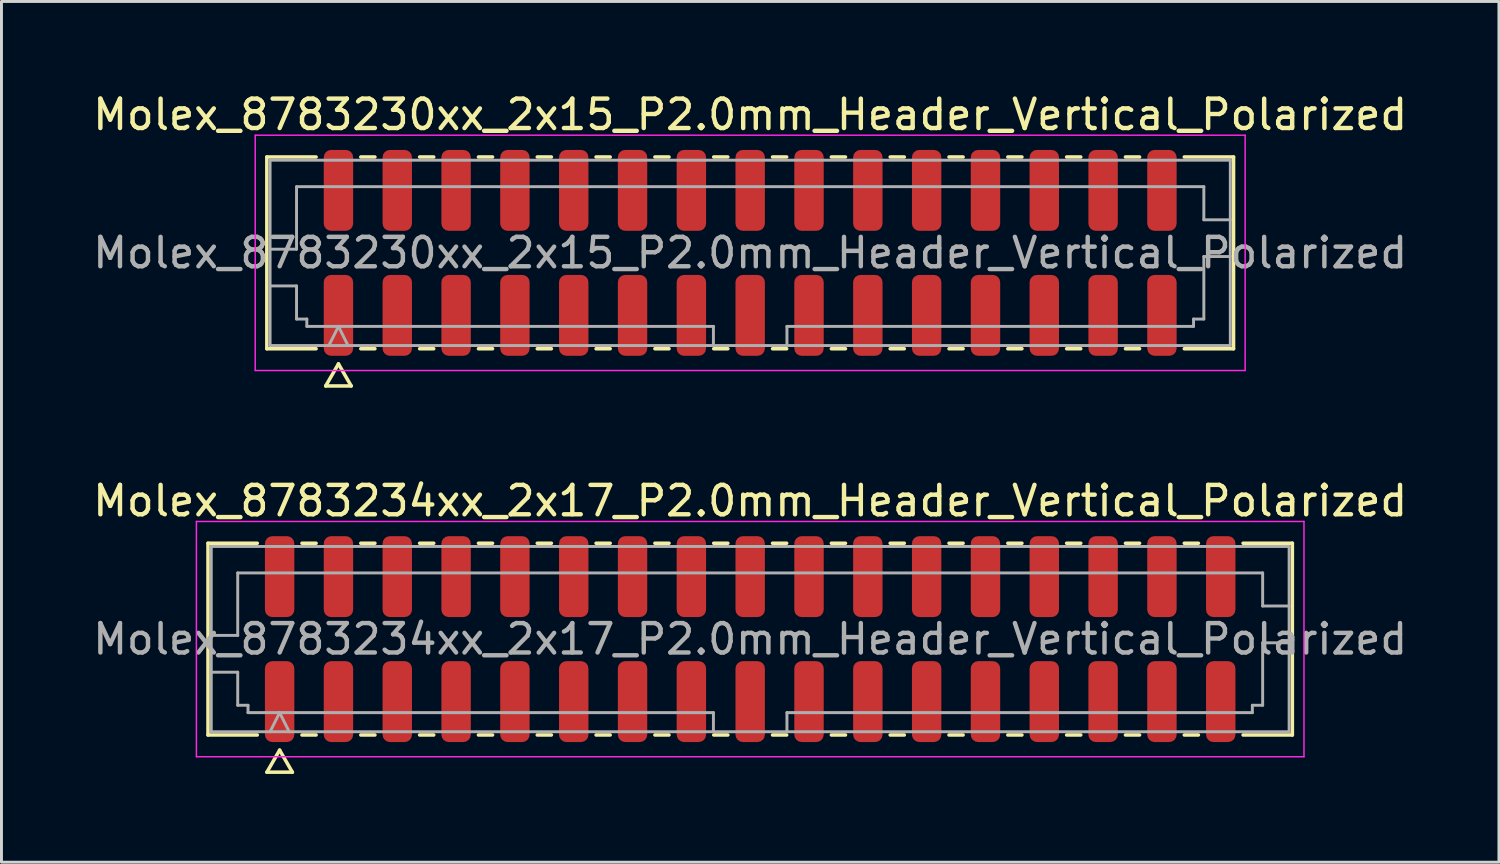
<source format=kicad_pcb>
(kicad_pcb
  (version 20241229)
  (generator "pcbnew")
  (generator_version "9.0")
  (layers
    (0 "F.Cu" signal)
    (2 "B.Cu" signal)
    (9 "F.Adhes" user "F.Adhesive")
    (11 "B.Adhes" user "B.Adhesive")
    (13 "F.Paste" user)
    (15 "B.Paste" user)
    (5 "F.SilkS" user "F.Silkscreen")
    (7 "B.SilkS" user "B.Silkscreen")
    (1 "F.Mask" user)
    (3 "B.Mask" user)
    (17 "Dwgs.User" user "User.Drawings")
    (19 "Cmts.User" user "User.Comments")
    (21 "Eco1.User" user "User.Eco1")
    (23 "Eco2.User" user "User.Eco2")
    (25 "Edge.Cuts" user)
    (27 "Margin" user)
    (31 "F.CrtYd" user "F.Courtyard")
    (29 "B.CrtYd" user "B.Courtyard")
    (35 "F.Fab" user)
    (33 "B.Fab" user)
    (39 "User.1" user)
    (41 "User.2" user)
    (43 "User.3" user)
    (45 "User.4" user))
  (footprint "Molex_8783234xx_2x17_P2.0mm_Header_Vertical_Polarized"
    (layer "F.Cu")
    (at 22.458 18.681)
    (property "Reference" "Molex_8783234xx_2x17_P2.0mm_Header_Vertical_Polarized" (at 0 -4.7 0) (layer "F.SilkS") (effects (font (size 1 1) (thickness 0.15))))
    (attr smd)
    (fp_line (start -18.435 -3.26) (end -16.76 -3.26) (stroke (width 0.12) (type solid)) (layer "F.SilkS"))
    (fp_line (start -18.435 3.26) (end -18.435 -3.26) (stroke (width 0.12) (type solid)) (layer "F.SilkS"))
    (fp_line (start -16.76 3.26) (end -18.435 3.26) (stroke (width 0.12) (type solid)) (layer "F.SilkS"))
    (fp_line (start -16.433 4.525) (end -16 3.775) (stroke (width 0.12) (type solid)) (layer "F.SilkS"))
    (fp_line (start -16 3.775) (end -15.567 4.525) (stroke (width 0.12) (type solid)) (layer "F.SilkS"))
    (fp_line (start -15.567 4.525) (end -16.433 4.525) (stroke (width 0.12) (type solid)) (layer "F.SilkS"))
    (fp_line (start -15.24 -3.26) (end -14.76 -3.26) (stroke (width 0.12) (type solid)) (layer "F.SilkS"))
    (fp_line (start -14.76 3.26) (end -15.24 3.26) (stroke (width 0.12) (type solid)) (layer "F.SilkS"))
    (fp_line (start -13.24 -3.26) (end -12.76 -3.26) (stroke (width 0.12) (type solid)) (layer "F.SilkS"))
    (fp_line (start -12.76 3.26) (end -13.24 3.26) (stroke (width 0.12) (type solid)) (layer "F.SilkS"))
    (fp_line (start -11.24 -3.26) (end -10.76 -3.26) (stroke (width 0.12) (type solid)) (layer "F.SilkS"))
    (fp_line (start -10.76 3.26) (end -11.24 3.26) (stroke (width 0.12) (type solid)) (layer "F.SilkS"))
    (fp_line (start -9.24 -3.26) (end -8.76 -3.26) (stroke (width 0.12) (type solid)) (layer "F.SilkS"))
    (fp_line (start -8.76 3.26) (end -9.24 3.26) (stroke (width 0.12) (type solid)) (layer "F.SilkS"))
    (fp_line (start -7.24 -3.26) (end -6.76 -3.26) (stroke (width 0.12) (type solid)) (layer "F.SilkS"))
    (fp_line (start -6.76 3.26) (end -7.24 3.26) (stroke (width 0.12) (type solid)) (layer "F.SilkS"))
    (fp_line (start -5.24 -3.26) (end -4.76 -3.26) (stroke (width 0.12) (type solid)) (layer "F.SilkS"))
    (fp_line (start -4.76 3.26) (end -5.24 3.26) (stroke (width 0.12) (type solid)) (layer "F.SilkS"))
    (fp_line (start -3.24 -3.26) (end -2.76 -3.26) (stroke (width 0.12) (type solid)) (layer "F.SilkS"))
    (fp_line (start -2.76 3.26) (end -3.24 3.26) (stroke (width 0.12) (type solid)) (layer "F.SilkS"))
    (fp_line (start -1.24 -3.26) (end -0.76 -3.26) (stroke (width 0.12) (type solid)) (layer "F.SilkS"))
    (fp_line (start -0.76 3.26) (end -1.24 3.26) (stroke (width 0.12) (type solid)) (layer "F.SilkS"))
    (fp_line (start 0.76 -3.26) (end 1.24 -3.26) (stroke (width 0.12) (type solid)) (layer "F.SilkS"))
    (fp_line (start 1.24 3.26) (end 0.76 3.26) (stroke (width 0.12) (type solid)) (layer "F.SilkS"))
    (fp_line (start 2.76 -3.26) (end 3.24 -3.26) (stroke (width 0.12) (type solid)) (layer "F.SilkS"))
    (fp_line (start 3.24 3.26) (end 2.76 3.26) (stroke (width 0.12) (type solid)) (layer "F.SilkS"))
    (fp_line (start 4.76 -3.26) (end 5.24 -3.26) (stroke (width 0.12) (type solid)) (layer "F.SilkS"))
    (fp_line (start 5.24 3.26) (end 4.76 3.26) (stroke (width 0.12) (type solid)) (layer "F.SilkS"))
    (fp_line (start 6.76 -3.26) (end 7.24 -3.26) (stroke (width 0.12) (type solid)) (layer "F.SilkS"))
    (fp_line (start 7.24 3.26) (end 6.76 3.26) (stroke (width 0.12) (type solid)) (layer "F.SilkS"))
    (fp_line (start 8.76 -3.26) (end 9.24 -3.26) (stroke (width 0.12) (type solid)) (layer "F.SilkS"))
    (fp_line (start 9.24 3.26) (end 8.76 3.26) (stroke (width 0.12) (type solid)) (layer "F.SilkS"))
    (fp_line (start 10.76 -3.26) (end 11.24 -3.26) (stroke (width 0.12) (type solid)) (layer "F.SilkS"))
    (fp_line (start 11.24 3.26) (end 10.76 3.26) (stroke (width 0.12) (type solid)) (layer "F.SilkS"))
    (fp_line (start 12.76 -3.26) (end 13.24 -3.26) (stroke (width 0.12) (type solid)) (layer "F.SilkS"))
    (fp_line (start 13.24 3.26) (end 12.76 3.26) (stroke (width 0.12) (type solid)) (layer "F.SilkS"))
    (fp_line (start 14.76 -3.26) (end 15.24 -3.26) (stroke (width 0.12) (type solid)) (layer "F.SilkS"))
    (fp_line (start 15.24 3.26) (end 14.76 3.26) (stroke (width 0.12) (type solid)) (layer "F.SilkS"))
    (fp_line (start 16.76 -3.26) (end 18.435 -3.26) (stroke (width 0.12) (type solid)) (layer "F.SilkS"))
    (fp_line (start 18.435 -3.26) (end 18.435 3.26) (stroke (width 0.12) (type solid)) (layer "F.SilkS"))
    (fp_line (start 18.435 3.26) (end 16.76 3.26) (stroke (width 0.12) (type solid)) (layer "F.SilkS"))
    (fp_line (start -18.83 -4) (end -18.83 4) (stroke (width 0.05) (type solid)) (layer "F.CrtYd"))
    (fp_line (start -18.83 4) (end 18.83 4) (stroke (width 0.05) (type solid)) (layer "F.CrtYd"))
    (fp_line (start 18.83 -4) (end -18.83 -4) (stroke (width 0.05) (type solid)) (layer "F.CrtYd"))
    (fp_line (start 18.83 4) (end 18.83 -4) (stroke (width 0.05) (type solid)) (layer "F.CrtYd"))
    (fp_line (start -18.325 -3.15) (end 18.325 -3.15) (stroke (width 0.1) (type solid)) (layer "F.Fab"))
    (fp_line (start -18.325 -0.125) (end -17.425 -0.125) (stroke (width 0.1) (type solid)) (layer "F.Fab"))
    (fp_line (start -18.325 1.125) (end -17.425 1.125) (stroke (width 0.1) (type solid)) (layer "F.Fab"))
    (fp_line (start -18.325 3.15) (end -18.325 -3.15) (stroke (width 0.1) (type solid)) (layer "F.Fab"))
    (fp_line (start -17.425 -2.25) (end 17.425 -2.25) (stroke (width 0.1) (type solid)) (layer "F.Fab"))
    (fp_line (start -17.425 -0.125) (end -17.425 -2.25) (stroke (width 0.1) (type solid)) (layer "F.Fab"))
    (fp_line (start -17.425 1.125) (end -17.425 2.25) (stroke (width 0.1) (type solid)) (layer "F.Fab"))
    (fp_line (start -17.425 2.25) (end -17.075 2.25) (stroke (width 0.1) (type solid)) (layer "F.Fab"))
    (fp_line (start -17.075 2.25) (end -17.075 2.5) (stroke (width 0.1) (type solid)) (layer "F.Fab"))
    (fp_line (start -17.075 2.5) (end -1.25 2.5) (stroke (width 0.1) (type solid)) (layer "F.Fab"))
    (fp_line (start -16.325 3.15) (end -16 2.5) (stroke (width 0.1) (type solid)) (layer "F.Fab"))
    (fp_line (start -16 2.5) (end -15.675 3.15) (stroke (width 0.1) (type solid)) (layer "F.Fab"))
    (fp_line (start -1.25 2.5) (end -1.25 3.15) (stroke (width 0.1) (type solid)) (layer "F.Fab"))
    (fp_line (start 1.25 2.5) (end 1.25 3.15) (stroke (width 0.1) (type solid)) (layer "F.Fab"))
    (fp_line (start 1.25 2.5) (end 17.075 2.5) (stroke (width 0.1) (type solid)) (layer "F.Fab"))
    (fp_line (start 17.075 2.25) (end 17.425 2.25) (stroke (width 0.1) (type solid)) (layer "F.Fab"))
    (fp_line (start 17.075 2.5) (end 17.075 2.25) (stroke (width 0.1) (type solid)) (layer "F.Fab"))
    (fp_line (start 17.425 -2.25) (end 17.425 -1.125) (stroke (width 0.1) (type solid)) (layer "F.Fab"))
    (fp_line (start 17.425 -1.125) (end 18.325 -1.125) (stroke (width 0.1) (type solid)) (layer "F.Fab"))
    (fp_line (start 17.425 0.125) (end 18.325 0.125) (stroke (width 0.1) (type solid)) (layer "F.Fab"))
    (fp_line (start 17.425 2.25) (end 17.425 0.125) (stroke (width 0.1) (type solid)) (layer "F.Fab"))
    (fp_line (start 18.325 -3.15) (end 18.325 3.15) (stroke (width 0.1) (type solid)) (layer "F.Fab"))
    (fp_line (start 18.325 3.15) (end -18.325 3.15) (stroke (width 0.1) (type solid)) (layer "F.Fab"))
    (fp_text user "${REFERENCE}" (at 0 0 0) (layer "F.Fab") (effects (font (size 1 1) (thickness 0.15))))
    (pad "1" smd roundrect (at -16 2.125) (size 1 2.75) (layers "F.Cu" "F.Mask" "F.Paste") (roundrect_rratio 0.25))
    (pad "2" smd roundrect (at -16 -2.125) (size 1 2.75) (layers "F.Cu" "F.Mask" "F.Paste") (roundrect_rratio 0.25))
    (pad "3" smd roundrect (at -14 2.125) (size 1 2.75) (layers "F.Cu" "F.Mask" "F.Paste") (roundrect_rratio 0.25))
    (pad "4" smd roundrect (at -14 -2.125) (size 1 2.75) (layers "F.Cu" "F.Mask" "F.Paste") (roundrect_rratio 0.25))
    (pad "5" smd roundrect (at -12 2.125) (size 1 2.75) (layers "F.Cu" "F.Mask" "F.Paste") (roundrect_rratio 0.25))
    (pad "6" smd roundrect (at -12 -2.125) (size 1 2.75) (layers "F.Cu" "F.Mask" "F.Paste") (roundrect_rratio 0.25))
    (pad "7" smd roundrect (at -10 2.125) (size 1 2.75) (layers "F.Cu" "F.Mask" "F.Paste") (roundrect_rratio 0.25))
    (pad "8" smd roundrect (at -10 -2.125) (size 1 2.75) (layers "F.Cu" "F.Mask" "F.Paste") (roundrect_rratio 0.25))
    (pad "9" smd roundrect (at -8 2.125) (size 1 2.75) (layers "F.Cu" "F.Mask" "F.Paste") (roundrect_rratio 0.25))
    (pad "10" smd roundrect (at -8 -2.125) (size 1 2.75) (layers "F.Cu" "F.Mask" "F.Paste") (roundrect_rratio 0.25))
    (pad "11" smd roundrect (at -6 2.125) (size 1 2.75) (layers "F.Cu" "F.Mask" "F.Paste") (roundrect_rratio 0.25))
    (pad "12" smd roundrect (at -6 -2.125) (size 1 2.75) (layers "F.Cu" "F.Mask" "F.Paste") (roundrect_rratio 0.25))
    (pad "13" smd roundrect (at -4 2.125) (size 1 2.75) (layers "F.Cu" "F.Mask" "F.Paste") (roundrect_rratio 0.25))
    (pad "14" smd roundrect (at -4 -2.125) (size 1 2.75) (layers "F.Cu" "F.Mask" "F.Paste") (roundrect_rratio 0.25))
    (pad "15" smd roundrect (at -2 2.125) (size 1 2.75) (layers "F.Cu" "F.Mask" "F.Paste") (roundrect_rratio 0.25))
    (pad "16" smd roundrect (at -2 -2.125) (size 1 2.75) (layers "F.Cu" "F.Mask" "F.Paste") (roundrect_rratio 0.25))
    (pad "17" smd roundrect (at 0 2.125) (size 1 2.75) (layers "F.Cu" "F.Mask" "F.Paste") (roundrect_rratio 0.25))
    (pad "18" smd roundrect (at 0 -2.125) (size 1 2.75) (layers "F.Cu" "F.Mask" "F.Paste") (roundrect_rratio 0.25))
    (pad "19" smd roundrect (at 2 2.125) (size 1 2.75) (layers "F.Cu" "F.Mask" "F.Paste") (roundrect_rratio 0.25))
    (pad "20" smd roundrect (at 2 -2.125) (size 1 2.75) (layers "F.Cu" "F.Mask" "F.Paste") (roundrect_rratio 0.25))
    (pad "21" smd roundrect (at 4 2.125) (size 1 2.75) (layers "F.Cu" "F.Mask" "F.Paste") (roundrect_rratio 0.25))
    (pad "22" smd roundrect (at 4 -2.125) (size 1 2.75) (layers "F.Cu" "F.Mask" "F.Paste") (roundrect_rratio 0.25))
    (pad "23" smd roundrect (at 6 2.125) (size 1 2.75) (layers "F.Cu" "F.Mask" "F.Paste") (roundrect_rratio 0.25))
    (pad "24" smd roundrect (at 6 -2.125) (size 1 2.75) (layers "F.Cu" "F.Mask" "F.Paste") (roundrect_rratio 0.25))
    (pad "25" smd roundrect (at 8 2.125) (size 1 2.75) (layers "F.Cu" "F.Mask" "F.Paste") (roundrect_rratio 0.25))
    (pad "26" smd roundrect (at 8 -2.125) (size 1 2.75) (layers "F.Cu" "F.Mask" "F.Paste") (roundrect_rratio 0.25))
    (pad "27" smd roundrect (at 10 2.125) (size 1 2.75) (layers "F.Cu" "F.Mask" "F.Paste") (roundrect_rratio 0.25))
    (pad "28" smd roundrect (at 10 -2.125) (size 1 2.75) (layers "F.Cu" "F.Mask" "F.Paste") (roundrect_rratio 0.25))
    (pad "29" smd roundrect (at 12 2.125) (size 1 2.75) (layers "F.Cu" "F.Mask" "F.Paste") (roundrect_rratio 0.25))
    (pad "30" smd roundrect (at 12 -2.125) (size 1 2.75) (layers "F.Cu" "F.Mask" "F.Paste") (roundrect_rratio 0.25))
    (pad "31" smd roundrect (at 14 2.125) (size 1 2.75) (layers "F.Cu" "F.Mask" "F.Paste") (roundrect_rratio 0.25))
    (pad "32" smd roundrect (at 14 -2.125) (size 1 2.75) (layers "F.Cu" "F.Mask" "F.Paste") (roundrect_rratio 0.25))
    (pad "33" smd roundrect (at 16 2.125) (size 1 2.75) (layers "F.Cu" "F.Mask" "F.Paste") (roundrect_rratio 0.25))
    (pad "34" smd roundrect (at 16 -2.125) (size 1 2.75) (layers "F.Cu" "F.Mask" "F.Paste") (roundrect_rratio 0.25)))
  (footprint "Molex_8783230xx_2x15_P2.0mm_Header_Vertical_Polarized"
    (layer "F.Cu")
    (at 22.458 5.548)
    (property "Reference" "Molex_8783230xx_2x15_P2.0mm_Header_Vertical_Polarized" (at 0 -4.7 0) (layer "F.SilkS") (effects (font (size 1 1) (thickness 0.15))))
    (attr smd)
    (fp_line (start -16.435 -3.26) (end -14.76 -3.26) (stroke (width 0.12) (type solid)) (layer "F.SilkS"))
    (fp_line (start -16.435 3.26) (end -16.435 -3.26) (stroke (width 0.12) (type solid)) (layer "F.SilkS"))
    (fp_line (start -14.76 3.26) (end -16.435 3.26) (stroke (width 0.12) (type solid)) (layer "F.SilkS"))
    (fp_line (start -14.433 4.525) (end -14 3.775) (stroke (width 0.12) (type solid)) (layer "F.SilkS"))
    (fp_line (start -14 3.775) (end -13.567 4.525) (stroke (width 0.12) (type solid)) (layer "F.SilkS"))
    (fp_line (start -13.567 4.525) (end -14.433 4.525) (stroke (width 0.12) (type solid)) (layer "F.SilkS"))
    (fp_line (start -13.24 -3.26) (end -12.76 -3.26) (stroke (width 0.12) (type solid)) (layer "F.SilkS"))
    (fp_line (start -12.76 3.26) (end -13.24 3.26) (stroke (width 0.12) (type solid)) (layer "F.SilkS"))
    (fp_line (start -11.24 -3.26) (end -10.76 -3.26) (stroke (width 0.12) (type solid)) (layer "F.SilkS"))
    (fp_line (start -10.76 3.26) (end -11.24 3.26) (stroke (width 0.12) (type solid)) (layer "F.SilkS"))
    (fp_line (start -9.24 -3.26) (end -8.76 -3.26) (stroke (width 0.12) (type solid)) (layer "F.SilkS"))
    (fp_line (start -8.76 3.26) (end -9.24 3.26) (stroke (width 0.12) (type solid)) (layer "F.SilkS"))
    (fp_line (start -7.24 -3.26) (end -6.76 -3.26) (stroke (width 0.12) (type solid)) (layer "F.SilkS"))
    (fp_line (start -6.76 3.26) (end -7.24 3.26) (stroke (width 0.12) (type solid)) (layer "F.SilkS"))
    (fp_line (start -5.24 -3.26) (end -4.76 -3.26) (stroke (width 0.12) (type solid)) (layer "F.SilkS"))
    (fp_line (start -4.76 3.26) (end -5.24 3.26) (stroke (width 0.12) (type solid)) (layer "F.SilkS"))
    (fp_line (start -3.24 -3.26) (end -2.76 -3.26) (stroke (width 0.12) (type solid)) (layer "F.SilkS"))
    (fp_line (start -2.76 3.26) (end -3.24 3.26) (stroke (width 0.12) (type solid)) (layer "F.SilkS"))
    (fp_line (start -1.24 -3.26) (end -0.76 -3.26) (stroke (width 0.12) (type solid)) (layer "F.SilkS"))
    (fp_line (start -0.76 3.26) (end -1.24 3.26) (stroke (width 0.12) (type solid)) (layer "F.SilkS"))
    (fp_line (start 0.76 -3.26) (end 1.24 -3.26) (stroke (width 0.12) (type solid)) (layer "F.SilkS"))
    (fp_line (start 1.24 3.26) (end 0.76 3.26) (stroke (width 0.12) (type solid)) (layer "F.SilkS"))
    (fp_line (start 2.76 -3.26) (end 3.24 -3.26) (stroke (width 0.12) (type solid)) (layer "F.SilkS"))
    (fp_line (start 3.24 3.26) (end 2.76 3.26) (stroke (width 0.12) (type solid)) (layer "F.SilkS"))
    (fp_line (start 4.76 -3.26) (end 5.24 -3.26) (stroke (width 0.12) (type solid)) (layer "F.SilkS"))
    (fp_line (start 5.24 3.26) (end 4.76 3.26) (stroke (width 0.12) (type solid)) (layer "F.SilkS"))
    (fp_line (start 6.76 -3.26) (end 7.24 -3.26) (stroke (width 0.12) (type solid)) (layer "F.SilkS"))
    (fp_line (start 7.24 3.26) (end 6.76 3.26) (stroke (width 0.12) (type solid)) (layer "F.SilkS"))
    (fp_line (start 8.76 -3.26) (end 9.24 -3.26) (stroke (width 0.12) (type solid)) (layer "F.SilkS"))
    (fp_line (start 9.24 3.26) (end 8.76 3.26) (stroke (width 0.12) (type solid)) (layer "F.SilkS"))
    (fp_line (start 10.76 -3.26) (end 11.24 -3.26) (stroke (width 0.12) (type solid)) (layer "F.SilkS"))
    (fp_line (start 11.24 3.26) (end 10.76 3.26) (stroke (width 0.12) (type solid)) (layer "F.SilkS"))
    (fp_line (start 12.76 -3.26) (end 13.24 -3.26) (stroke (width 0.12) (type solid)) (layer "F.SilkS"))
    (fp_line (start 13.24 3.26) (end 12.76 3.26) (stroke (width 0.12) (type solid)) (layer "F.SilkS"))
    (fp_line (start 14.76 -3.26) (end 16.435 -3.26) (stroke (width 0.12) (type solid)) (layer "F.SilkS"))
    (fp_line (start 16.435 -3.26) (end 16.435 3.26) (stroke (width 0.12) (type solid)) (layer "F.SilkS"))
    (fp_line (start 16.435 3.26) (end 14.76 3.26) (stroke (width 0.12) (type solid)) (layer "F.SilkS"))
    (fp_line (start -16.83 -4) (end -16.83 4) (stroke (width 0.05) (type solid)) (layer "F.CrtYd"))
    (fp_line (start -16.83 4) (end 16.83 4) (stroke (width 0.05) (type solid)) (layer "F.CrtYd"))
    (fp_line (start 16.83 -4) (end -16.83 -4) (stroke (width 0.05) (type solid)) (layer "F.CrtYd"))
    (fp_line (start 16.83 4) (end 16.83 -4) (stroke (width 0.05) (type solid)) (layer "F.CrtYd"))
    (fp_line (start -16.325 -3.15) (end 16.325 -3.15) (stroke (width 0.1) (type solid)) (layer "F.Fab"))
    (fp_line (start -16.325 -0.125) (end -15.425 -0.125) (stroke (width 0.1) (type solid)) (layer "F.Fab"))
    (fp_line (start -16.325 1.125) (end -15.425 1.125) (stroke (width 0.1) (type solid)) (layer "F.Fab"))
    (fp_line (start -16.325 3.15) (end -16.325 -3.15) (stroke (width 0.1) (type solid)) (layer "F.Fab"))
    (fp_line (start -15.425 -2.25) (end 15.425 -2.25) (stroke (width 0.1) (type solid)) (layer "F.Fab"))
    (fp_line (start -15.425 -0.125) (end -15.425 -2.25) (stroke (width 0.1) (type solid)) (layer "F.Fab"))
    (fp_line (start -15.425 1.125) (end -15.425 2.25) (stroke (width 0.1) (type solid)) (layer "F.Fab"))
    (fp_line (start -15.425 2.25) (end -15.075 2.25) (stroke (width 0.1) (type solid)) (layer "F.Fab"))
    (fp_line (start -15.075 2.25) (end -15.075 2.5) (stroke (width 0.1) (type solid)) (layer "F.Fab"))
    (fp_line (start -15.075 2.5) (end -1.25 2.5) (stroke (width 0.1) (type solid)) (layer "F.Fab"))
    (fp_line (start -14.325 3.15) (end -14 2.5) (stroke (width 0.1) (type solid)) (layer "F.Fab"))
    (fp_line (start -14 2.5) (end -13.675 3.15) (stroke (width 0.1) (type solid)) (layer "F.Fab"))
    (fp_line (start -1.25 2.5) (end -1.25 3.15) (stroke (width 0.1) (type solid)) (layer "F.Fab"))
    (fp_line (start 1.25 2.5) (end 1.25 3.15) (stroke (width 0.1) (type solid)) (layer "F.Fab"))
    (fp_line (start 1.25 2.5) (end 15.075 2.5) (stroke (width 0.1) (type solid)) (layer "F.Fab"))
    (fp_line (start 15.075 2.25) (end 15.425 2.25) (stroke (width 0.1) (type solid)) (layer "F.Fab"))
    (fp_line (start 15.075 2.5) (end 15.075 2.25) (stroke (width 0.1) (type solid)) (layer "F.Fab"))
    (fp_line (start 15.425 -2.25) (end 15.425 -1.125) (stroke (width 0.1) (type solid)) (layer "F.Fab"))
    (fp_line (start 15.425 -1.125) (end 16.325 -1.125) (stroke (width 0.1) (type solid)) (layer "F.Fab"))
    (fp_line (start 15.425 0.125) (end 16.325 0.125) (stroke (width 0.1) (type solid)) (layer "F.Fab"))
    (fp_line (start 15.425 2.25) (end 15.425 0.125) (stroke (width 0.1) (type solid)) (layer "F.Fab"))
    (fp_line (start 16.325 -3.15) (end 16.325 3.15) (stroke (width 0.1) (type solid)) (layer "F.Fab"))
    (fp_line (start 16.325 3.15) (end -16.325 3.15) (stroke (width 0.1) (type solid)) (layer "F.Fab"))
    (fp_text user "${REFERENCE}" (at 0 0 0) (layer "F.Fab") (effects (font (size 1 1) (thickness 0.15))))
    (pad "1" smd roundrect (at -14 2.125) (size 1 2.75) (layers "F.Cu" "F.Mask" "F.Paste") (roundrect_rratio 0.25))
    (pad "2" smd roundrect (at -14 -2.125) (size 1 2.75) (layers "F.Cu" "F.Mask" "F.Paste") (roundrect_rratio 0.25))
    (pad "3" smd roundrect (at -12 2.125) (size 1 2.75) (layers "F.Cu" "F.Mask" "F.Paste") (roundrect_rratio 0.25))
    (pad "4" smd roundrect (at -12 -2.125) (size 1 2.75) (layers "F.Cu" "F.Mask" "F.Paste") (roundrect_rratio 0.25))
    (pad "5" smd roundrect (at -10 2.125) (size 1 2.75) (layers "F.Cu" "F.Mask" "F.Paste") (roundrect_rratio 0.25))
    (pad "6" smd roundrect (at -10 -2.125) (size 1 2.75) (layers "F.Cu" "F.Mask" "F.Paste") (roundrect_rratio 0.25))
    (pad "7" smd roundrect (at -8 2.125) (size 1 2.75) (layers "F.Cu" "F.Mask" "F.Paste") (roundrect_rratio 0.25))
    (pad "8" smd roundrect (at -8 -2.125) (size 1 2.75) (layers "F.Cu" "F.Mask" "F.Paste") (roundrect_rratio 0.25))
    (pad "9" smd roundrect (at -6 2.125) (size 1 2.75) (layers "F.Cu" "F.Mask" "F.Paste") (roundrect_rratio 0.25))
    (pad "10" smd roundrect (at -6 -2.125) (size 1 2.75) (layers "F.Cu" "F.Mask" "F.Paste") (roundrect_rratio 0.25))
    (pad "11" smd roundrect (at -4 2.125) (size 1 2.75) (layers "F.Cu" "F.Mask" "F.Paste") (roundrect_rratio 0.25))
    (pad "12" smd roundrect (at -4 -2.125) (size 1 2.75) (layers "F.Cu" "F.Mask" "F.Paste") (roundrect_rratio 0.25))
    (pad "13" smd roundrect (at -2 2.125) (size 1 2.75) (layers "F.Cu" "F.Mask" "F.Paste") (roundrect_rratio 0.25))
    (pad "14" smd roundrect (at -2 -2.125) (size 1 2.75) (layers "F.Cu" "F.Mask" "F.Paste") (roundrect_rratio 0.25))
    (pad "15" smd roundrect (at 0 2.125) (size 1 2.75) (layers "F.Cu" "F.Mask" "F.Paste") (roundrect_rratio 0.25))
    (pad "16" smd roundrect (at 0 -2.125) (size 1 2.75) (layers "F.Cu" "F.Mask" "F.Paste") (roundrect_rratio 0.25))
    (pad "17" smd roundrect (at 2 2.125) (size 1 2.75) (layers "F.Cu" "F.Mask" "F.Paste") (roundrect_rratio 0.25))
    (pad "18" smd roundrect (at 2 -2.125) (size 1 2.75) (layers "F.Cu" "F.Mask" "F.Paste") (roundrect_rratio 0.25))
    (pad "19" smd roundrect (at 4 2.125) (size 1 2.75) (layers "F.Cu" "F.Mask" "F.Paste") (roundrect_rratio 0.25))
    (pad "20" smd roundrect (at 4 -2.125) (size 1 2.75) (layers "F.Cu" "F.Mask" "F.Paste") (roundrect_rratio 0.25))
    (pad "21" smd roundrect (at 6 2.125) (size 1 2.75) (layers "F.Cu" "F.Mask" "F.Paste") (roundrect_rratio 0.25))
    (pad "22" smd roundrect (at 6 -2.125) (size 1 2.75) (layers "F.Cu" "F.Mask" "F.Paste") (roundrect_rratio 0.25))
    (pad "23" smd roundrect (at 8 2.125) (size 1 2.75) (layers "F.Cu" "F.Mask" "F.Paste") (roundrect_rratio 0.25))
    (pad "24" smd roundrect (at 8 -2.125) (size 1 2.75) (layers "F.Cu" "F.Mask" "F.Paste") (roundrect_rratio 0.25))
    (pad "25" smd roundrect (at 10 2.125) (size 1 2.75) (layers "F.Cu" "F.Mask" "F.Paste") (roundrect_rratio 0.25))
    (pad "26" smd roundrect (at 10 -2.125) (size 1 2.75) (layers "F.Cu" "F.Mask" "F.Paste") (roundrect_rratio 0.25))
    (pad "27" smd roundrect (at 12 2.125) (size 1 2.75) (layers "F.Cu" "F.Mask" "F.Paste") (roundrect_rratio 0.25))
    (pad "28" smd roundrect (at 12 -2.125) (size 1 2.75) (layers "F.Cu" "F.Mask" "F.Paste") (roundrect_rratio 0.25))
    (pad "29" smd roundrect (at 14 2.125) (size 1 2.75) (layers "F.Cu" "F.Mask" "F.Paste") (roundrect_rratio 0.25))
    (pad "30" smd roundrect (at 14 -2.125) (size 1 2.75) (layers "F.Cu" "F.Mask" "F.Paste") (roundrect_rratio 0.25)))
  (gr_rect
    (start -3 -3)
    (end 47.917 26.267)
    (stroke (width 0.1) (type default))
    (fill no)
    (layer "Edge.Cuts")))
</source>
